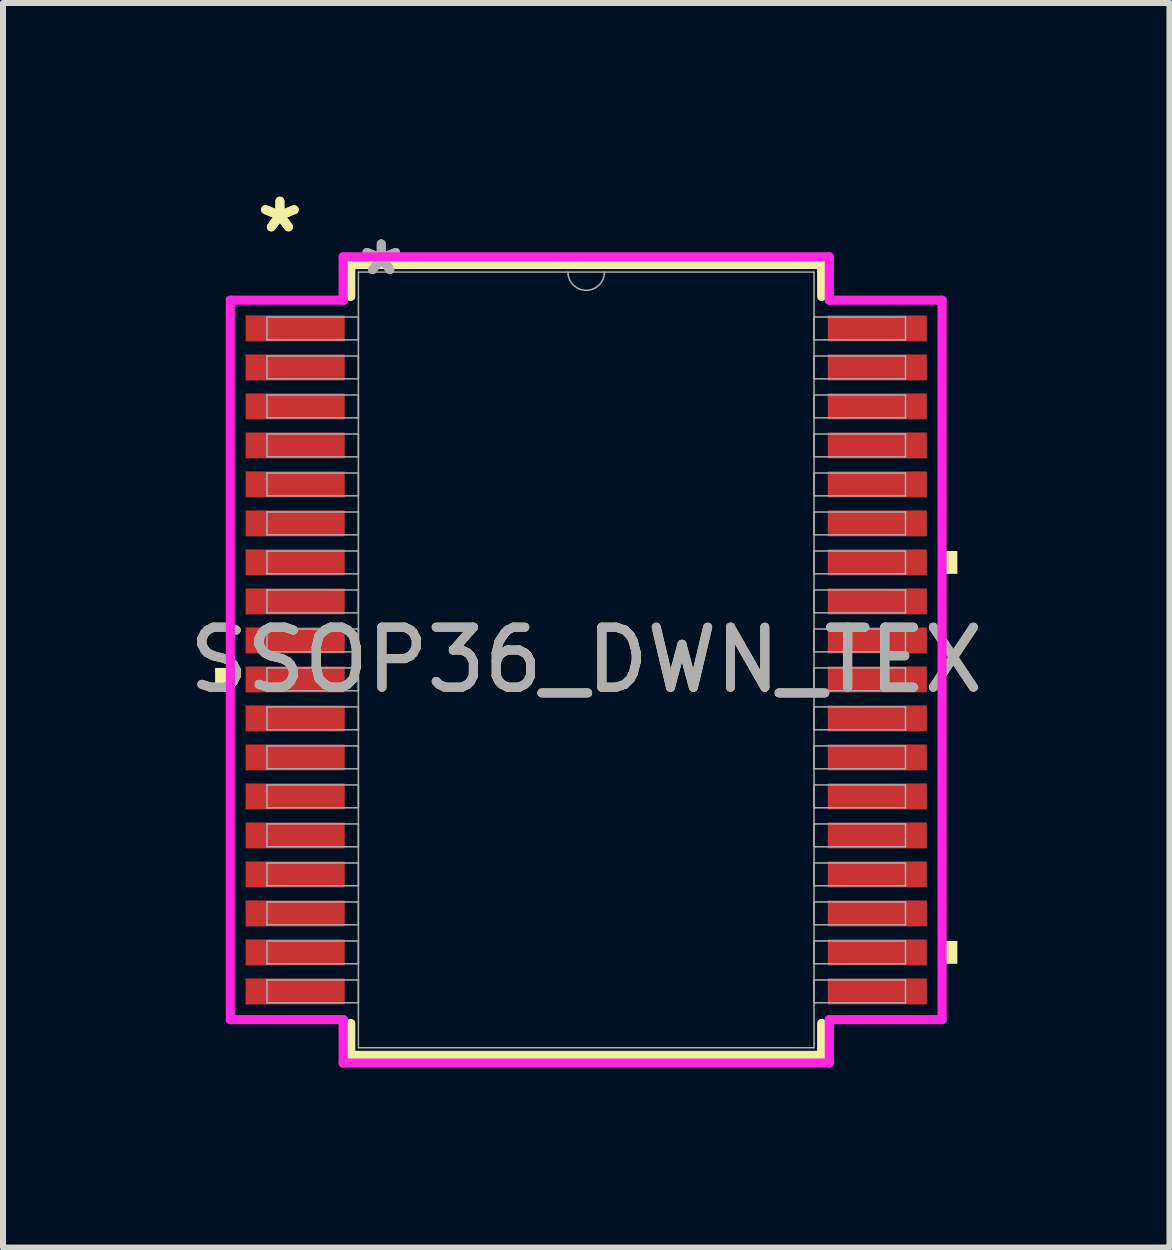
<source format=kicad_pcb>
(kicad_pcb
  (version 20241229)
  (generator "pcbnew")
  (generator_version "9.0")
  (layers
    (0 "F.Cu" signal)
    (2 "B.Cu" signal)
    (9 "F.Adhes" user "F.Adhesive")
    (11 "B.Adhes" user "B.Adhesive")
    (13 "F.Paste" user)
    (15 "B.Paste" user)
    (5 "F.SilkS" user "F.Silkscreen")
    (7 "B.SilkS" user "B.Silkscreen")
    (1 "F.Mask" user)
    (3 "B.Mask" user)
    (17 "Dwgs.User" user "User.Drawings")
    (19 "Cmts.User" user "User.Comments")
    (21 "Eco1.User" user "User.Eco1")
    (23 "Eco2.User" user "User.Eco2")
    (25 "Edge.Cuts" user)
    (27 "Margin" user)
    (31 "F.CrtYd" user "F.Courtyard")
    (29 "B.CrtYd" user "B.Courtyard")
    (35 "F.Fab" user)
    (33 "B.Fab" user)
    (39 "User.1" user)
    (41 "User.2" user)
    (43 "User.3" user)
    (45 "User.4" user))
  (footprint "SSOP36_DWN_TEX"
    (layer "F.Cu")
    (at 6.72 7.948)
    (property "Reference" "SSOP36_DWN_TEX" (at 0 0 0) (unlocked yes) (layer "F.SilkS") (effects (font (size 1 1) (thickness 0.15))))
    (attr smd)
    (fp_line (start -3.924 -6.591) (end -3.924 -6.058) (stroke (width 0.152) (type solid)) (layer "F.SilkS"))
    (fp_line (start -3.924 6.058) (end -3.924 6.591) (stroke (width 0.152) (type solid)) (layer "F.SilkS"))
    (fp_line (start -3.924 6.591) (end 3.924 6.591) (stroke (width 0.152) (type solid)) (layer "F.SilkS"))
    (fp_line (start 3.924 -6.591) (end -3.924 -6.591) (stroke (width 0.152) (type solid)) (layer "F.SilkS"))
    (fp_line (start 3.924 -6.058) (end 3.924 -6.591) (stroke (width 0.152) (type solid)) (layer "F.SilkS"))
    (fp_line (start 3.924 6.591) (end 3.924 6.058) (stroke (width 0.152) (type solid)) (layer "F.SilkS"))
    (fp_poly (pts (xy -6.185 0.134) (xy -6.185 0.515) (xy -5.931 0.515) (xy -5.931 0.134)) (stroke (width 0) (type solid)) (fill yes) (layer "F.SilkS"))
    (fp_poly (pts (xy 6.185 -1.815) (xy 6.185 -1.434) (xy 5.931 -1.434) (xy 5.931 -1.815)) (stroke (width 0) (type solid)) (fill yes) (layer "F.SilkS"))
    (fp_poly (pts (xy 6.185 4.684) (xy 6.185 5.065) (xy 5.931 5.065) (xy 5.931 4.684)) (stroke (width 0) (type solid)) (fill yes) (layer "F.SilkS"))
    (fp_line (start -5.931 -5.995) (end -4.051 -5.995) (stroke (width 0.152) (type solid)) (layer "F.CrtYd"))
    (fp_line (start -5.931 5.995) (end -5.931 -5.995) (stroke (width 0.152) (type solid)) (layer "F.CrtYd"))
    (fp_line (start -5.931 5.995) (end -4.051 5.995) (stroke (width 0.152) (type solid)) (layer "F.CrtYd"))
    (fp_line (start -4.051 -6.718) (end 4.051 -6.718) (stroke (width 0.152) (type solid)) (layer "F.CrtYd"))
    (fp_line (start -4.051 -5.995) (end -4.051 -6.718) (stroke (width 0.152) (type solid)) (layer "F.CrtYd"))
    (fp_line (start -4.051 6.718) (end -4.051 5.995) (stroke (width 0.152) (type solid)) (layer "F.CrtYd"))
    (fp_line (start 4.051 -6.718) (end 4.051 -5.995) (stroke (width 0.152) (type solid)) (layer "F.CrtYd"))
    (fp_line (start 4.051 5.995) (end 4.051 6.718) (stroke (width 0.152) (type solid)) (layer "F.CrtYd"))
    (fp_line (start 4.051 6.718) (end -4.051 6.718) (stroke (width 0.152) (type solid)) (layer "F.CrtYd"))
    (fp_line (start 5.931 -5.995) (end 4.051 -5.995) (stroke (width 0.152) (type solid)) (layer "F.CrtYd"))
    (fp_line (start 5.931 -5.995) (end 5.931 5.995) (stroke (width 0.152) (type solid)) (layer "F.CrtYd"))
    (fp_line (start 5.931 5.995) (end 4.051 5.995) (stroke (width 0.152) (type solid)) (layer "F.CrtYd"))
    (fp_line (start -5.321 -5.715) (end -5.321 -5.334) (stroke (width 0.025) (type solid)) (layer "F.Fab"))
    (fp_line (start -5.321 -5.334) (end -3.797 -5.334) (stroke (width 0.025) (type solid)) (layer "F.Fab"))
    (fp_line (start -5.321 -5.065) (end -5.321 -4.684) (stroke (width 0.025) (type solid)) (layer "F.Fab"))
    (fp_line (start -5.321 -4.684) (end -3.797 -4.684) (stroke (width 0.025) (type solid)) (layer "F.Fab"))
    (fp_line (start -5.321 -4.415) (end -5.321 -4.034) (stroke (width 0.025) (type solid)) (layer "F.Fab"))
    (fp_line (start -5.321 -4.034) (end -3.797 -4.034) (stroke (width 0.025) (type solid)) (layer "F.Fab"))
    (fp_line (start -5.321 -3.765) (end -5.321 -3.384) (stroke (width 0.025) (type solid)) (layer "F.Fab"))
    (fp_line (start -5.321 -3.384) (end -3.797 -3.384) (stroke (width 0.025) (type solid)) (layer "F.Fab"))
    (fp_line (start -5.321 -3.115) (end -5.321 -2.734) (stroke (width 0.025) (type solid)) (layer "F.Fab"))
    (fp_line (start -5.321 -2.734) (end -3.797 -2.734) (stroke (width 0.025) (type solid)) (layer "F.Fab"))
    (fp_line (start -5.321 -2.465) (end -5.321 -2.084) (stroke (width 0.025) (type solid)) (layer "F.Fab"))
    (fp_line (start -5.321 -2.084) (end -3.797 -2.084) (stroke (width 0.025) (type solid)) (layer "F.Fab"))
    (fp_line (start -5.321 -1.815) (end -5.321 -1.434) (stroke (width 0.025) (type solid)) (layer "F.Fab"))
    (fp_line (start -5.321 -1.434) (end -3.797 -1.434) (stroke (width 0.025) (type solid)) (layer "F.Fab"))
    (fp_line (start -5.321 -1.165) (end -5.321 -0.784) (stroke (width 0.025) (type solid)) (layer "F.Fab"))
    (fp_line (start -5.321 -0.784) (end -3.797 -0.784) (stroke (width 0.025) (type solid)) (layer "F.Fab"))
    (fp_line (start -5.321 -0.515) (end -5.321 -0.134) (stroke (width 0.025) (type solid)) (layer "F.Fab"))
    (fp_line (start -5.321 -0.134) (end -3.797 -0.134) (stroke (width 0.025) (type solid)) (layer "F.Fab"))
    (fp_line (start -5.321 0.134) (end -5.321 0.515) (stroke (width 0.025) (type solid)) (layer "F.Fab"))
    (fp_line (start -5.321 0.515) (end -3.797 0.515) (stroke (width 0.025) (type solid)) (layer "F.Fab"))
    (fp_line (start -5.321 0.784) (end -5.321 1.165) (stroke (width 0.025) (type solid)) (layer "F.Fab"))
    (fp_line (start -5.321 1.165) (end -3.797 1.165) (stroke (width 0.025) (type solid)) (layer "F.Fab"))
    (fp_line (start -5.321 1.434) (end -5.321 1.815) (stroke (width 0.025) (type solid)) (layer "F.Fab"))
    (fp_line (start -5.321 1.815) (end -3.797 1.815) (stroke (width 0.025) (type solid)) (layer "F.Fab"))
    (fp_line (start -5.321 2.084) (end -5.321 2.465) (stroke (width 0.025) (type solid)) (layer "F.Fab"))
    (fp_line (start -5.321 2.465) (end -3.797 2.465) (stroke (width 0.025) (type solid)) (layer "F.Fab"))
    (fp_line (start -5.321 2.734) (end -5.321 3.115) (stroke (width 0.025) (type solid)) (layer "F.Fab"))
    (fp_line (start -5.321 3.115) (end -3.797 3.115) (stroke (width 0.025) (type solid)) (layer "F.Fab"))
    (fp_line (start -5.321 3.384) (end -5.321 3.765) (stroke (width 0.025) (type solid)) (layer "F.Fab"))
    (fp_line (start -5.321 3.765) (end -3.797 3.765) (stroke (width 0.025) (type solid)) (layer "F.Fab"))
    (fp_line (start -5.321 4.034) (end -5.321 4.415) (stroke (width 0.025) (type solid)) (layer "F.Fab"))
    (fp_line (start -5.321 4.415) (end -3.797 4.415) (stroke (width 0.025) (type solid)) (layer "F.Fab"))
    (fp_line (start -5.321 4.684) (end -5.321 5.065) (stroke (width 0.025) (type solid)) (layer "F.Fab"))
    (fp_line (start -5.321 5.065) (end -3.797 5.065) (stroke (width 0.025) (type solid)) (layer "F.Fab"))
    (fp_line (start -5.321 5.334) (end -5.321 5.715) (stroke (width 0.025) (type solid)) (layer "F.Fab"))
    (fp_line (start -5.321 5.715) (end -3.797 5.715) (stroke (width 0.025) (type solid)) (layer "F.Fab"))
    (fp_line (start -3.797 -6.464) (end -3.797 6.464) (stroke (width 0.025) (type solid)) (layer "F.Fab"))
    (fp_line (start -3.797 -5.715) (end -5.321 -5.715) (stroke (width 0.025) (type solid)) (layer "F.Fab"))
    (fp_line (start -3.797 -5.334) (end -3.797 -5.715) (stroke (width 0.025) (type solid)) (layer "F.Fab"))
    (fp_line (start -3.797 -5.065) (end -5.321 -5.065) (stroke (width 0.025) (type solid)) (layer "F.Fab"))
    (fp_line (start -3.797 -4.684) (end -3.797 -5.065) (stroke (width 0.025) (type solid)) (layer "F.Fab"))
    (fp_line (start -3.797 -4.415) (end -5.321 -4.415) (stroke (width 0.025) (type solid)) (layer "F.Fab"))
    (fp_line (start -3.797 -4.034) (end -3.797 -4.415) (stroke (width 0.025) (type solid)) (layer "F.Fab"))
    (fp_line (start -3.797 -3.765) (end -5.321 -3.765) (stroke (width 0.025) (type solid)) (layer "F.Fab"))
    (fp_line (start -3.797 -3.384) (end -3.797 -3.765) (stroke (width 0.025) (type solid)) (layer "F.Fab"))
    (fp_line (start -3.797 -3.115) (end -5.321 -3.115) (stroke (width 0.025) (type solid)) (layer "F.Fab"))
    (fp_line (start -3.797 -2.734) (end -3.797 -3.115) (stroke (width 0.025) (type solid)) (layer "F.Fab"))
    (fp_line (start -3.797 -2.465) (end -5.321 -2.465) (stroke (width 0.025) (type solid)) (layer "F.Fab"))
    (fp_line (start -3.797 -2.084) (end -3.797 -2.465) (stroke (width 0.025) (type solid)) (layer "F.Fab"))
    (fp_line (start -3.797 -1.815) (end -5.321 -1.815) (stroke (width 0.025) (type solid)) (layer "F.Fab"))
    (fp_line (start -3.797 -1.434) (end -3.797 -1.815) (stroke (width 0.025) (type solid)) (layer "F.Fab"))
    (fp_line (start -3.797 -1.165) (end -5.321 -1.165) (stroke (width 0.025) (type solid)) (layer "F.Fab"))
    (fp_line (start -3.797 -0.784) (end -3.797 -1.165) (stroke (width 0.025) (type solid)) (layer "F.Fab"))
    (fp_line (start -3.797 -0.515) (end -5.321 -0.515) (stroke (width 0.025) (type solid)) (layer "F.Fab"))
    (fp_line (start -3.797 -0.134) (end -3.797 -0.515) (stroke (width 0.025) (type solid)) (layer "F.Fab"))
    (fp_line (start -3.797 0.134) (end -5.321 0.134) (stroke (width 0.025) (type solid)) (layer "F.Fab"))
    (fp_line (start -3.797 0.515) (end -3.797 0.134) (stroke (width 0.025) (type solid)) (layer "F.Fab"))
    (fp_line (start -3.797 0.784) (end -5.321 0.784) (stroke (width 0.025) (type solid)) (layer "F.Fab"))
    (fp_line (start -3.797 1.165) (end -3.797 0.784) (stroke (width 0.025) (type solid)) (layer "F.Fab"))
    (fp_line (start -3.797 1.434) (end -5.321 1.434) (stroke (width 0.025) (type solid)) (layer "F.Fab"))
    (fp_line (start -3.797 1.815) (end -3.797 1.434) (stroke (width 0.025) (type solid)) (layer "F.Fab"))
    (fp_line (start -3.797 2.084) (end -5.321 2.084) (stroke (width 0.025) (type solid)) (layer "F.Fab"))
    (fp_line (start -3.797 2.465) (end -3.797 2.084) (stroke (width 0.025) (type solid)) (layer "F.Fab"))
    (fp_line (start -3.797 2.734) (end -5.321 2.734) (stroke (width 0.025) (type solid)) (layer "F.Fab"))
    (fp_line (start -3.797 3.115) (end -3.797 2.734) (stroke (width 0.025) (type solid)) (layer "F.Fab"))
    (fp_line (start -3.797 3.384) (end -5.321 3.384) (stroke (width 0.025) (type solid)) (layer "F.Fab"))
    (fp_line (start -3.797 3.765) (end -3.797 3.384) (stroke (width 0.025) (type solid)) (layer "F.Fab"))
    (fp_line (start -3.797 4.034) (end -5.321 4.034) (stroke (width 0.025) (type solid)) (layer "F.Fab"))
    (fp_line (start -3.797 4.415) (end -3.797 4.034) (stroke (width 0.025) (type solid)) (layer "F.Fab"))
    (fp_line (start -3.797 4.684) (end -5.321 4.684) (stroke (width 0.025) (type solid)) (layer "F.Fab"))
    (fp_line (start -3.797 5.065) (end -3.797 4.684) (stroke (width 0.025) (type solid)) (layer "F.Fab"))
    (fp_line (start -3.797 5.334) (end -5.321 5.334) (stroke (width 0.025) (type solid)) (layer "F.Fab"))
    (fp_line (start -3.797 5.715) (end -3.797 5.334) (stroke (width 0.025) (type solid)) (layer "F.Fab"))
    (fp_line (start -3.797 6.464) (end 3.797 6.464) (stroke (width 0.025) (type solid)) (layer "F.Fab"))
    (fp_line (start 3.797 -6.464) (end -3.797 -6.464) (stroke (width 0.025) (type solid)) (layer "F.Fab"))
    (fp_line (start 3.797 -5.715) (end 3.797 -5.334) (stroke (width 0.025) (type solid)) (layer "F.Fab"))
    (fp_line (start 3.797 -5.334) (end 5.321 -5.334) (stroke (width 0.025) (type solid)) (layer "F.Fab"))
    (fp_line (start 3.797 -5.065) (end 3.797 -4.684) (stroke (width 0.025) (type solid)) (layer "F.Fab"))
    (fp_line (start 3.797 -4.684) (end 5.321 -4.684) (stroke (width 0.025) (type solid)) (layer "F.Fab"))
    (fp_line (start 3.797 -4.415) (end 3.797 -4.034) (stroke (width 0.025) (type solid)) (layer "F.Fab"))
    (fp_line (start 3.797 -4.034) (end 5.321 -4.034) (stroke (width 0.025) (type solid)) (layer "F.Fab"))
    (fp_line (start 3.797 -3.765) (end 3.797 -3.384) (stroke (width 0.025) (type solid)) (layer "F.Fab"))
    (fp_line (start 3.797 -3.384) (end 5.321 -3.384) (stroke (width 0.025) (type solid)) (layer "F.Fab"))
    (fp_line (start 3.797 -3.115) (end 3.797 -2.734) (stroke (width 0.025) (type solid)) (layer "F.Fab"))
    (fp_line (start 3.797 -2.734) (end 5.321 -2.734) (stroke (width 0.025) (type solid)) (layer "F.Fab"))
    (fp_line (start 3.797 -2.465) (end 3.797 -2.084) (stroke (width 0.025) (type solid)) (layer "F.Fab"))
    (fp_line (start 3.797 -2.084) (end 5.321 -2.084) (stroke (width 0.025) (type solid)) (layer "F.Fab"))
    (fp_line (start 3.797 -1.815) (end 3.797 -1.434) (stroke (width 0.025) (type solid)) (layer "F.Fab"))
    (fp_line (start 3.797 -1.434) (end 5.321 -1.434) (stroke (width 0.025) (type solid)) (layer "F.Fab"))
    (fp_line (start 3.797 -1.165) (end 3.797 -0.784) (stroke (width 0.025) (type solid)) (layer "F.Fab"))
    (fp_line (start 3.797 -0.784) (end 5.321 -0.784) (stroke (width 0.025) (type solid)) (layer "F.Fab"))
    (fp_line (start 3.797 -0.515) (end 3.797 -0.134) (stroke (width 0.025) (type solid)) (layer "F.Fab"))
    (fp_line (start 3.797 -0.134) (end 5.321 -0.134) (stroke (width 0.025) (type solid)) (layer "F.Fab"))
    (fp_line (start 3.797 0.134) (end 3.797 0.515) (stroke (width 0.025) (type solid)) (layer "F.Fab"))
    (fp_line (start 3.797 0.515) (end 5.321 0.515) (stroke (width 0.025) (type solid)) (layer "F.Fab"))
    (fp_line (start 3.797 0.784) (end 3.797 1.165) (stroke (width 0.025) (type solid)) (layer "F.Fab"))
    (fp_line (start 3.797 1.165) (end 5.321 1.165) (stroke (width 0.025) (type solid)) (layer "F.Fab"))
    (fp_line (start 3.797 1.434) (end 3.797 1.815) (stroke (width 0.025) (type solid)) (layer "F.Fab"))
    (fp_line (start 3.797 1.815) (end 5.321 1.815) (stroke (width 0.025) (type solid)) (layer "F.Fab"))
    (fp_line (start 3.797 2.084) (end 3.797 2.465) (stroke (width 0.025) (type solid)) (layer "F.Fab"))
    (fp_line (start 3.797 2.465) (end 5.321 2.465) (stroke (width 0.025) (type solid)) (layer "F.Fab"))
    (fp_line (start 3.797 2.734) (end 3.797 3.115) (stroke (width 0.025) (type solid)) (layer "F.Fab"))
    (fp_line (start 3.797 3.115) (end 5.321 3.115) (stroke (width 0.025) (type solid)) (layer "F.Fab"))
    (fp_line (start 3.797 3.384) (end 3.797 3.765) (stroke (width 0.025) (type solid)) (layer "F.Fab"))
    (fp_line (start 3.797 3.765) (end 5.321 3.765) (stroke (width 0.025) (type solid)) (layer "F.Fab"))
    (fp_line (start 3.797 4.034) (end 3.797 4.415) (stroke (width 0.025) (type solid)) (layer "F.Fab"))
    (fp_line (start 3.797 4.415) (end 5.321 4.415) (stroke (width 0.025) (type solid)) (layer "F.Fab"))
    (fp_line (start 3.797 4.684) (end 3.797 5.065) (stroke (width 0.025) (type solid)) (layer "F.Fab"))
    (fp_line (start 3.797 5.065) (end 5.321 5.065) (stroke (width 0.025) (type solid)) (layer "F.Fab"))
    (fp_line (start 3.797 5.334) (end 3.797 5.715) (stroke (width 0.025) (type solid)) (layer "F.Fab"))
    (fp_line (start 3.797 5.715) (end 5.321 5.715) (stroke (width 0.025) (type solid)) (layer "F.Fab"))
    (fp_line (start 3.797 6.464) (end 3.797 -6.464) (stroke (width 0.025) (type solid)) (layer "F.Fab"))
    (fp_line (start 5.321 -5.715) (end 3.797 -5.715) (stroke (width 0.025) (type solid)) (layer "F.Fab"))
    (fp_line (start 5.321 -5.334) (end 5.321 -5.715) (stroke (width 0.025) (type solid)) (layer "F.Fab"))
    (fp_line (start 5.321 -5.065) (end 3.797 -5.065) (stroke (width 0.025) (type solid)) (layer "F.Fab"))
    (fp_line (start 5.321 -4.684) (end 5.321 -5.065) (stroke (width 0.025) (type solid)) (layer "F.Fab"))
    (fp_line (start 5.321 -4.415) (end 3.797 -4.415) (stroke (width 0.025) (type solid)) (layer "F.Fab"))
    (fp_line (start 5.321 -4.034) (end 5.321 -4.415) (stroke (width 0.025) (type solid)) (layer "F.Fab"))
    (fp_line (start 5.321 -3.765) (end 3.797 -3.765) (stroke (width 0.025) (type solid)) (layer "F.Fab"))
    (fp_line (start 5.321 -3.384) (end 5.321 -3.765) (stroke (width 0.025) (type solid)) (layer "F.Fab"))
    (fp_line (start 5.321 -3.115) (end 3.797 -3.115) (stroke (width 0.025) (type solid)) (layer "F.Fab"))
    (fp_line (start 5.321 -2.734) (end 5.321 -3.115) (stroke (width 0.025) (type solid)) (layer "F.Fab"))
    (fp_line (start 5.321 -2.465) (end 3.797 -2.465) (stroke (width 0.025) (type solid)) (layer "F.Fab"))
    (fp_line (start 5.321 -2.084) (end 5.321 -2.465) (stroke (width 0.025) (type solid)) (layer "F.Fab"))
    (fp_line (start 5.321 -1.815) (end 3.797 -1.815) (stroke (width 0.025) (type solid)) (layer "F.Fab"))
    (fp_line (start 5.321 -1.434) (end 5.321 -1.815) (stroke (width 0.025) (type solid)) (layer "F.Fab"))
    (fp_line (start 5.321 -1.165) (end 3.797 -1.165) (stroke (width 0.025) (type solid)) (layer "F.Fab"))
    (fp_line (start 5.321 -0.784) (end 5.321 -1.165) (stroke (width 0.025) (type solid)) (layer "F.Fab"))
    (fp_line (start 5.321 -0.515) (end 3.797 -0.515) (stroke (width 0.025) (type solid)) (layer "F.Fab"))
    (fp_line (start 5.321 -0.134) (end 5.321 -0.515) (stroke (width 0.025) (type solid)) (layer "F.Fab"))
    (fp_line (start 5.321 0.134) (end 3.797 0.134) (stroke (width 0.025) (type solid)) (layer "F.Fab"))
    (fp_line (start 5.321 0.515) (end 5.321 0.134) (stroke (width 0.025) (type solid)) (layer "F.Fab"))
    (fp_line (start 5.321 0.784) (end 3.797 0.784) (stroke (width 0.025) (type solid)) (layer "F.Fab"))
    (fp_line (start 5.321 1.165) (end 5.321 0.784) (stroke (width 0.025) (type solid)) (layer "F.Fab"))
    (fp_line (start 5.321 1.434) (end 3.797 1.434) (stroke (width 0.025) (type solid)) (layer "F.Fab"))
    (fp_line (start 5.321 1.815) (end 5.321 1.434) (stroke (width 0.025) (type solid)) (layer "F.Fab"))
    (fp_line (start 5.321 2.084) (end 3.797 2.084) (stroke (width 0.025) (type solid)) (layer "F.Fab"))
    (fp_line (start 5.321 2.465) (end 5.321 2.084) (stroke (width 0.025) (type solid)) (layer "F.Fab"))
    (fp_line (start 5.321 2.734) (end 3.797 2.734) (stroke (width 0.025) (type solid)) (layer "F.Fab"))
    (fp_line (start 5.321 3.115) (end 5.321 2.734) (stroke (width 0.025) (type solid)) (layer "F.Fab"))
    (fp_line (start 5.321 3.384) (end 3.797 3.384) (stroke (width 0.025) (type solid)) (layer "F.Fab"))
    (fp_line (start 5.321 3.765) (end 5.321 3.384) (stroke (width 0.025) (type solid)) (layer "F.Fab"))
    (fp_line (start 5.321 4.034) (end 3.797 4.034) (stroke (width 0.025) (type solid)) (layer "F.Fab"))
    (fp_line (start 5.321 4.415) (end 5.321 4.034) (stroke (width 0.025) (type solid)) (layer "F.Fab"))
    (fp_line (start 5.321 4.684) (end 3.797 4.684) (stroke (width 0.025) (type solid)) (layer "F.Fab"))
    (fp_line (start 5.321 5.065) (end 5.321 4.684) (stroke (width 0.025) (type solid)) (layer "F.Fab"))
    (fp_line (start 5.321 5.334) (end 3.797 5.334) (stroke (width 0.025) (type solid)) (layer "F.Fab"))
    (fp_line (start 5.321 5.715) (end 5.321 5.334) (stroke (width 0.025) (type solid)) (layer "F.Fab"))
    (fp_arc (start 0.3048 -6.4643) (mid 0 -6.1595) (end -0.3048 -6.4643) (stroke (width 0.0254) (type solid)) (layer "F.Fab"))
    (fp_text user "*" (at -5.105 -7.1 0) (unlocked yes) (layer "F.SilkS") (effects (font (size 1 1) (thickness 0.15))))
    (fp_text user "*" (at -5.105 -7.1 0) (layer "F.SilkS") (effects (font (size 1 1) (thickness 0.15))))
    (fp_text user "*" (at -3.416 -6.388 0) (unlocked yes) (layer "F.Fab") (effects (font (size 1 1) (thickness 0.15))))
    (fp_text user "${REFERENCE}" (at 0 0 0) (unlocked yes) (layer "F.Fab") (effects (font (size 1 1) (thickness 0.15))))
    (fp_text user "*" (at -3.416 -6.388 0) (layer "F.Fab") (effects (font (size 1 1) (thickness 0.15))))
    (pad "1" smd rect (at -4.851 -5.525) (size 1.651 0.432) (layers "F.Cu" "F.Mask" "F.Paste"))
    (pad "2" smd rect (at -4.851 -4.875) (size 1.651 0.432) (layers "F.Cu" "F.Mask" "F.Paste"))
    (pad "3" smd rect (at -4.851 -4.225) (size 1.651 0.432) (layers "F.Cu" "F.Mask" "F.Paste"))
    (pad "4" smd rect (at -4.851 -3.575) (size 1.651 0.432) (layers "F.Cu" "F.Mask" "F.Paste"))
    (pad "5" smd rect (at -4.851 -2.925) (size 1.651 0.432) (layers "F.Cu" "F.Mask" "F.Paste"))
    (pad "6" smd rect (at -4.851 -2.275) (size 1.651 0.432) (layers "F.Cu" "F.Mask" "F.Paste"))
    (pad "7" smd rect (at -4.851 -1.625) (size 1.651 0.432) (layers "F.Cu" "F.Mask" "F.Paste"))
    (pad "8" smd rect (at -4.851 -0.975) (size 1.651 0.432) (layers "F.Cu" "F.Mask" "F.Paste"))
    (pad "9" smd rect (at -4.851 -0.325) (size 1.651 0.432) (layers "F.Cu" "F.Mask" "F.Paste"))
    (pad "10" smd rect (at -4.851 0.325) (size 1.651 0.432) (layers "F.Cu" "F.Mask" "F.Paste"))
    (pad "11" smd rect (at -4.851 0.975) (size 1.651 0.432) (layers "F.Cu" "F.Mask" "F.Paste"))
    (pad "12" smd rect (at -4.851 1.625) (size 1.651 0.432) (layers "F.Cu" "F.Mask" "F.Paste"))
    (pad "13" smd rect (at -4.851 2.275) (size 1.651 0.432) (layers "F.Cu" "F.Mask" "F.Paste"))
    (pad "14" smd rect (at -4.851 2.925) (size 1.651 0.432) (layers "F.Cu" "F.Mask" "F.Paste"))
    (pad "15" smd rect (at -4.851 3.575) (size 1.651 0.432) (layers "F.Cu" "F.Mask" "F.Paste"))
    (pad "16" smd rect (at -4.851 4.225) (size 1.651 0.432) (layers "F.Cu" "F.Mask" "F.Paste"))
    (pad "17" smd rect (at -4.851 4.875) (size 1.651 0.432) (layers "F.Cu" "F.Mask" "F.Paste"))
    (pad "18" smd rect (at -4.851 5.525) (size 1.651 0.432) (layers "F.Cu" "F.Mask" "F.Paste"))
    (pad "19" smd rect (at 4.851 5.525) (size 1.651 0.432) (layers "F.Cu" "F.Mask" "F.Paste"))
    (pad "20" smd rect (at 4.851 4.875) (size 1.651 0.432) (layers "F.Cu" "F.Mask" "F.Paste"))
    (pad "21" smd rect (at 4.851 4.225) (size 1.651 0.432) (layers "F.Cu" "F.Mask" "F.Paste"))
    (pad "22" smd rect (at 4.851 3.575) (size 1.651 0.432) (layers "F.Cu" "F.Mask" "F.Paste"))
    (pad "23" smd rect (at 4.851 2.925) (size 1.651 0.432) (layers "F.Cu" "F.Mask" "F.Paste"))
    (pad "24" smd rect (at 4.851 2.275) (size 1.651 0.432) (layers "F.Cu" "F.Mask" "F.Paste"))
    (pad "25" smd rect (at 4.851 1.625) (size 1.651 0.432) (layers "F.Cu" "F.Mask" "F.Paste"))
    (pad "26" smd rect (at 4.851 0.975) (size 1.651 0.432) (layers "F.Cu" "F.Mask" "F.Paste"))
    (pad "27" smd rect (at 4.851 0.325) (size 1.651 0.432) (layers "F.Cu" "F.Mask" "F.Paste"))
    (pad "28" smd rect (at 4.851 -0.325) (size 1.651 0.432) (layers "F.Cu" "F.Mask" "F.Paste"))
    (pad "29" smd rect (at 4.851 -0.975) (size 1.651 0.432) (layers "F.Cu" "F.Mask" "F.Paste"))
    (pad "30" smd rect (at 4.851 -1.625) (size 1.651 0.432) (layers "F.Cu" "F.Mask" "F.Paste"))
    (pad "31" smd rect (at 4.851 -2.275) (size 1.651 0.432) (layers "F.Cu" "F.Mask" "F.Paste"))
    (pad "32" smd rect (at 4.851 -2.925) (size 1.651 0.432) (layers "F.Cu" "F.Mask" "F.Paste"))
    (pad "33" smd rect (at 4.851 -3.575) (size 1.651 0.432) (layers "F.Cu" "F.Mask" "F.Paste"))
    (pad "34" smd rect (at 4.851 -4.225) (size 1.651 0.432) (layers "F.Cu" "F.Mask" "F.Paste"))
    (pad "35" smd rect (at 4.851 -4.875) (size 1.651 0.432) (layers "F.Cu" "F.Mask" "F.Paste"))
    (pad "36" smd rect (at 4.851 -5.525) (size 1.651 0.432) (layers "F.Cu" "F.Mask" "F.Paste")))
  (gr_rect
    (start -3 -3)
    (end 16.44 17.742)
    (stroke (width 0.1) (type default))
    (fill no)
    (layer "Edge.Cuts")))
</source>
